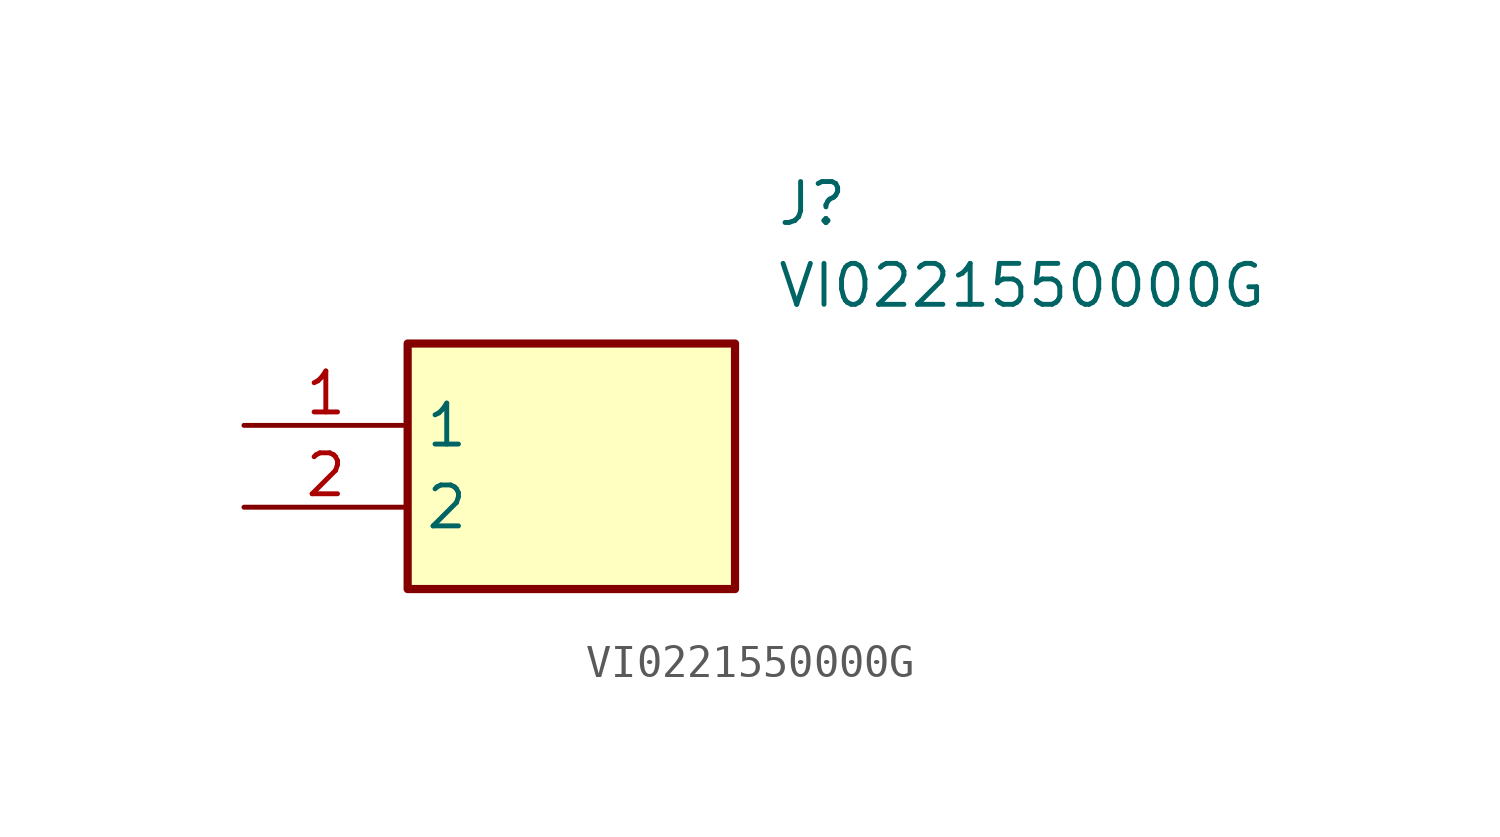
<source format=kicad_sym>
(kicad_symbol_lib
  (version 20211014)
  (generator SamacSys_ECAD_Model)
  (symbol "VI0221550000G"
    (property "Reference" "J"
      (at 16.51 7.62 0)
      (effects (font (size 1.27 1.27)) (justify left top)))
    (property "Value" "VI0221550000G"
      (at 16.51 5.08 0)
      (effects (font (size 1.27 1.27)) (justify left top)))
    (rectangle
      (start 5.08 2.54)
      (end 15.24 -5.08)
      (stroke (width 0.254) (type default))
      (fill (type background)))
    (pin passive line
      (at 0 0 0)
      (length 5.08)
      (name "1" (effects (font (size 1.27 1.27))))
      (number "1" (effects (font (size 1.27 1.27)))))
    (pin passive line
      (at 0 -2.54 0)
      (length 5.08)
      (name "2" (effects (font (size 1.27 1.27))))
      (number "2" (effects (font (size 1.27 1.27)))))))
</source>
